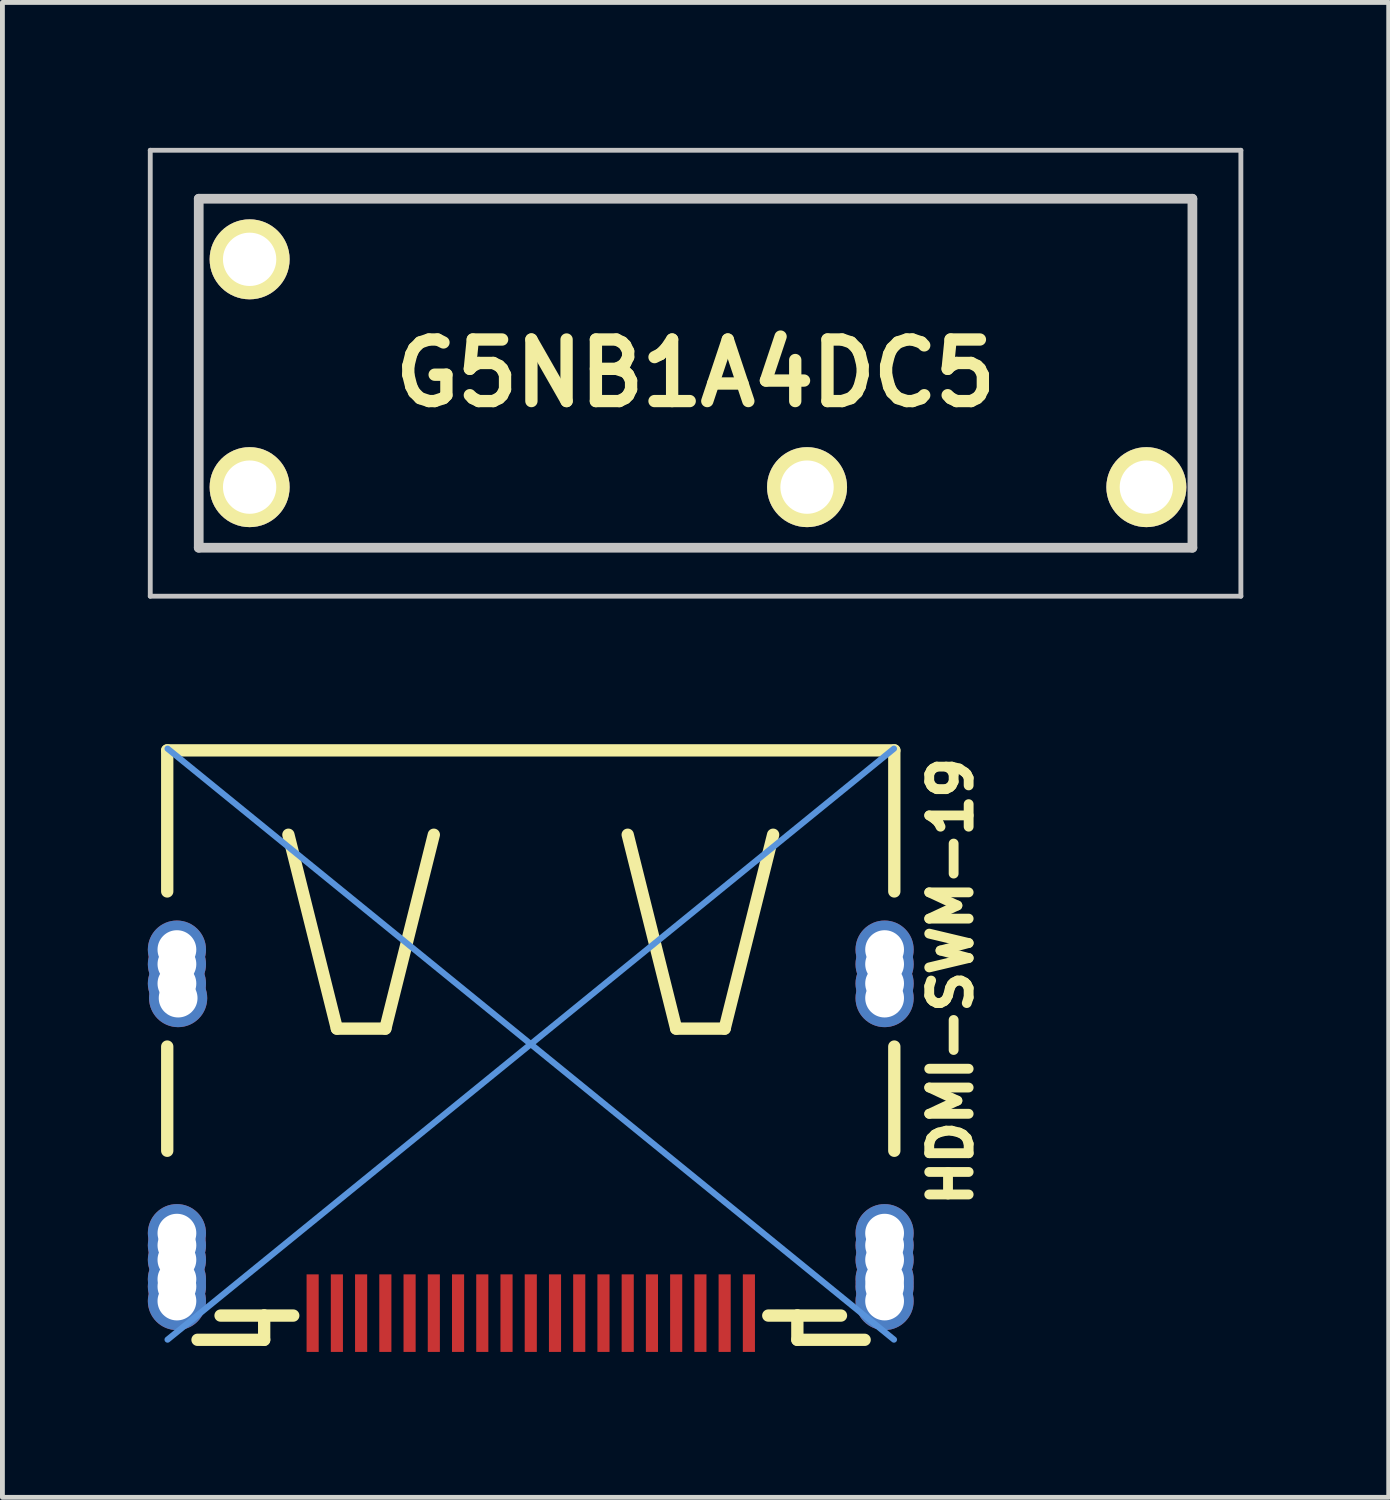
<source format=kicad_pcb>
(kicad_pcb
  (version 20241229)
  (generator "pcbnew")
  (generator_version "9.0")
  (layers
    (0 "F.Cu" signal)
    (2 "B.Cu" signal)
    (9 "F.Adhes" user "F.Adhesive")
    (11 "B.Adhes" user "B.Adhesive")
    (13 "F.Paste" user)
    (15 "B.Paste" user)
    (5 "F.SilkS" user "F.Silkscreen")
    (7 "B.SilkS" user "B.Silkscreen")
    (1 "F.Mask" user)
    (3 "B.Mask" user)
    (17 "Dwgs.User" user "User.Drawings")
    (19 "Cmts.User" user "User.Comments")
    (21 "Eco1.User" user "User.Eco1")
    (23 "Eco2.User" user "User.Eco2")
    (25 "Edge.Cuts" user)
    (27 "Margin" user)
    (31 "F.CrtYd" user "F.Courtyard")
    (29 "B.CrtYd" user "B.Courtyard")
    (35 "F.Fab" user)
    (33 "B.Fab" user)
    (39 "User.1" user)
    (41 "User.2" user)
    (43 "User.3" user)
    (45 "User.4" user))
  (footprint "HDMI-SWM-19"
    (layer "F.Cu")
    (at 7.9 18.491)
    (property "Reference" "HDMI-SWM-19" (at 9.144 3.429 90) (unlocked yes) (layer "F.SilkS") (effects (font (size 0.813 0.813) (thickness 0.203)) (justify left bottom)))
    (fp_line (start -7.5 -6.06) (end 7.5 -6.06) (stroke (width 0.254) (type solid)) (layer "F.SilkS"))
    (fp_line (start -7.5 -3.15) (end -7.5 -6.06) (stroke (width 0.254) (type solid)) (layer "F.SilkS"))
    (fp_line (start -7.5 2.2) (end -7.5 0.05) (stroke (width 0.254) (type solid)) (layer "F.SilkS"))
    (fp_line (start -6.875 6.1) (end -5.5 6.1) (stroke (width 0.254) (type solid)) (layer "F.SilkS"))
    (fp_line (start -5.5 5.6) (end -6.4 5.6) (stroke (width 0.254) (type solid)) (layer "F.SilkS"))
    (fp_line (start -5.5 6.1) (end -5.5 5.6) (stroke (width 0.254) (type solid)) (layer "F.SilkS"))
    (fp_line (start -4.9 5.6) (end -5.5 5.6) (stroke (width 0.254) (type solid)) (layer "F.SilkS"))
    (fp_line (start -4 -0.32) (end -5 -4.32) (stroke (width 0.254) (type solid)) (layer "F.SilkS"))
    (fp_line (start -3 -0.32) (end -4 -0.32) (stroke (width 0.254) (type solid)) (layer "F.SilkS"))
    (fp_line (start -2 -4.32) (end -3 -0.32) (stroke (width 0.254) (type solid)) (layer "F.SilkS"))
    (fp_line (start 2 -4.32) (end 3 -0.32) (stroke (width 0.254) (type solid)) (layer "F.SilkS"))
    (fp_line (start 3 -0.32) (end 4 -0.32) (stroke (width 0.254) (type solid)) (layer "F.SilkS"))
    (fp_line (start 4 -0.32) (end 5 -4.32) (stroke (width 0.254) (type solid)) (layer "F.SilkS"))
    (fp_line (start 5.5 5.6) (end 4.9 5.6) (stroke (width 0.254) (type solid)) (layer "F.SilkS"))
    (fp_line (start 5.5 5.6) (end 5.5 6.1) (stroke (width 0.254) (type solid)) (layer "F.SilkS"))
    (fp_line (start 5.5 6.1) (end 6.888 6.1) (stroke (width 0.254) (type solid)) (layer "F.SilkS"))
    (fp_line (start 6.4 5.6) (end 5.5 5.6) (stroke (width 0.254) (type solid)) (layer "F.SilkS"))
    (fp_line (start 7.5 -6.06) (end 7.5 -3.15) (stroke (width 0.254) (type solid)) (layer "F.SilkS"))
    (fp_line (start 7.5 0.05) (end 7.5 2.2) (stroke (width 0.254) (type solid)) (layer "F.SilkS"))
    (fp_line (start -7.493 -6.096) (end 7.493 6.096) (stroke (width 0.127) (type solid)) (layer "Cmts.User"))
    (fp_line (start 7.493 -6.096) (end -7.493 6.096) (stroke (width 0.127) (type solid)) (layer "Cmts.User"))
    (pad "1" smd rect (at -4.5 5.55 90) (size 1.6 0.25) (layers "F.Cu" "F.Mask" "F.Paste"))
    (pad "2" smd rect (at -4 5.55 90) (size 1.6 0.25) (layers "F.Cu" "F.Mask" "F.Paste"))
    (pad "3" smd rect (at -3.5 5.55 90) (size 1.6 0.25) (layers "F.Cu" "F.Mask" "F.Paste"))
    (pad "4" smd rect (at -3 5.55 90) (size 1.6 0.25) (layers "F.Cu" "F.Mask" "F.Paste"))
    (pad "5" smd rect (at -2.5 5.55 90) (size 1.6 0.25) (layers "F.Cu" "F.Mask" "F.Paste"))
    (pad "6" smd rect (at -2 5.55 90) (size 1.6 0.25) (layers "F.Cu" "F.Mask" "F.Paste"))
    (pad "7" smd rect (at -1.5 5.55 90) (size 1.6 0.25) (layers "F.Cu" "F.Mask" "F.Paste"))
    (pad "8" smd rect (at -1 5.55 90) (size 1.6 0.25) (layers "F.Cu" "F.Mask" "F.Paste"))
    (pad "9" smd rect (at -0.5 5.55 90) (size 1.6 0.25) (layers "F.Cu" "F.Mask" "F.Paste"))
    (pad "10" smd rect (at 0 5.55 90) (size 1.6 0.25) (layers "F.Cu" "F.Mask" "F.Paste"))
    (pad "11" smd rect (at 0.5 5.55 90) (size 1.6 0.25) (layers "F.Cu" "F.Mask" "F.Paste"))
    (pad "12" smd rect (at 1 5.55 90) (size 1.6 0.25) (layers "F.Cu" "F.Mask" "F.Paste"))
    (pad "13" smd rect (at 1.5 5.55 90) (size 1.6 0.25) (layers "F.Cu" "F.Mask" "F.Paste"))
    (pad "14" smd rect (at 2 5.55 90) (size 1.6 0.25) (layers "F.Cu" "F.Mask" "F.Paste"))
    (pad "15" smd rect (at 2.5 5.55 90) (size 1.6 0.25) (layers "F.Cu" "F.Mask" "F.Paste"))
    (pad "16" smd rect (at 3 5.55 90) (size 1.6 0.25) (layers "F.Cu" "F.Mask" "F.Paste"))
    (pad "17" smd rect (at 3.5 5.55 90) (size 1.6 0.25) (layers "F.Cu" "F.Mask" "F.Paste"))
    (pad "18" smd rect (at 4 5.55 90) (size 1.6 0.25) (layers "F.Cu" "F.Mask" "F.Paste"))
    (pad "19" smd rect (at 4.5 5.55 90) (size 1.6 0.25) (layers "F.Cu" "F.Mask" "F.Paste"))
    (pad "P$5" thru_hole circle (at -7.3 4.85 180) (size 1.2 1.2) (drill 0.8) (layers "*.Cu" "*.Mask"))
    (pad "P$7" thru_hole circle (at -7.3 -1.25 180) (size 1.2 1.2) (drill 0.8) (layers "*.Cu" "*.Mask"))
    (pad "P$9" thru_hole circle (at 7.3 -1.25 180) (size 1.2 1.2) (drill 0.8) (layers "*.Cu" "*.Mask"))
    (pad "P$11" thru_hole circle (at 7.3 4.85 180) (size 1.2 1.2) (drill 0.8) (layers "*.Cu" "*.Mask"))
    (pad "P$13" thru_hole circle (at -7.3 4.45 180) (size 1.2 1.2) (drill 0.8) (layers "*.Cu" "*.Mask"))
    (pad "P$15" thru_hole circle (at -7.3 -1.65 180) (size 1.2 1.2) (drill 0.8) (layers "*.Cu" "*.Mask"))
    (pad "P$18" thru_hole circle (at 7.3 -1.65 180) (size 1.2 1.2) (drill 0.8) (layers "*.Cu" "*.Mask"))
    (pad "P$20" thru_hole circle (at 7.3 4.45 180) (size 1.2 1.2) (drill 0.8) (layers "*.Cu" "*.Mask"))
    (pad "P$21" thru_hole circle (at -7.3 4.15 180) (size 1.2 1.2) (drill 0.8) (layers "*.Cu" "*.Mask"))
    (pad "P$22" thru_hole circle (at -7.3 5 180) (size 1.2 1.2) (drill 0.8) (layers "*.Cu" "*.Mask"))
    (pad "P$23" thru_hole circle (at 7.3 5 180) (size 1.2 1.2) (drill 0.8) (layers "*.Cu" "*.Mask"))
    (pad "P$24" thru_hole circle (at 7.3 4.15 180) (size 1.2 1.2) (drill 0.8) (layers "*.Cu" "*.Mask"))
    (pad "P$25" thru_hole circle (at -7.3 5.3 180) (size 1.2 1.2) (drill 0.8) (layers "*.Cu" "*.Mask"))
    (pad "P$26" thru_hole circle (at 7.3 5.3 180) (size 1.2 1.2) (drill 0.8) (layers "*.Cu" "*.Mask"))
    (pad "P$27" thru_hole circle (at 7.3 -0.95 180) (size 1.2 1.2) (drill 0.8) (layers "*.Cu" "*.Mask"))
    (pad "P$28" thru_hole circle (at -7.275 -0.95 180) (size 1.2 1.2) (drill 0.8) (layers "*.Cu" "*.Mask"))
    (pad "SH1" thru_hole circle (at -7.3 3.9 180) (size 1.2 1.2) (drill 0.8) (layers "*.Cu" "*.Mask"))
    (pad "SH2" thru_hole circle (at -7.3 -1.95 180) (size 1.2 1.2) (drill 0.8) (layers "*.Cu" "*.Mask"))
    (pad "SH3" thru_hole circle (at 7.3 -1.95 180) (size 1.2 1.2) (drill 0.8) (layers "*.Cu" "*.Mask"))
    (pad "SH4" thru_hole circle (at 7.3 3.9 180) (size 1.2 1.2) (drill 0.8) (layers "*.Cu" "*.Mask")))
  (footprint "G5NB1A4DC5"
    (layer "F.Cu")
    (at 1.05 4.65)
    (property "Reference" "G5NB1A4DC5" (at 10.25 0 0) (layer "F.SilkS") (effects (font (size 1.27 1.27) (thickness 0.254))))
    (attr through_hole)
    (fp_line (start 0 -3.6) (end 20.5 -3.6) (stroke (width 0.1) (type solid)) (layer "F.SilkS"))
    (fp_line (start 0 3.6) (end 0 -3.6) (stroke (width 0.1) (type solid)) (layer "F.SilkS"))
    (fp_line (start 20.5 -3.6) (end 20.5 3.6) (stroke (width 0.1) (type solid)) (layer "F.SilkS"))
    (fp_line (start 20.5 3.6) (end 0 3.6) (stroke (width 0.1) (type solid)) (layer "F.SilkS"))
    (fp_line (start -1 -4.6) (end 21.5 -4.6) (stroke (width 0.1) (type solid)) (layer "Dwgs.User"))
    (fp_line (start -1 4.6) (end -1 -4.6) (stroke (width 0.1) (type solid)) (layer "Dwgs.User"))
    (fp_line (start 0 -3.6) (end 20.5 -3.6) (stroke (width 0.2) (type solid)) (layer "Dwgs.User"))
    (fp_line (start 0 3.6) (end 0 -3.6) (stroke (width 0.2) (type solid)) (layer "Dwgs.User"))
    (fp_line (start 20.5 -3.6) (end 20.5 3.6) (stroke (width 0.2) (type solid)) (layer "Dwgs.User"))
    (fp_line (start 20.5 3.6) (end 0 3.6) (stroke (width 0.2) (type solid)) (layer "Dwgs.User"))
    (fp_line (start 21.5 -4.6) (end 21.5 4.6) (stroke (width 0.1) (type solid)) (layer "Dwgs.User"))
    (fp_line (start 21.5 4.6) (end -1 4.6) (stroke (width 0.1) (type solid)) (layer "Dwgs.User"))
    (pad "1" thru_hole circle (at 1.05 2.35 90) (size 1.65 1.65) (drill 1.1) (layers "*.Cu" "*.Mask" "F.SilkS"))
    (pad "2" thru_hole circle (at 12.55 2.35 90) (size 1.65 1.65) (drill 1.1) (layers "*.Cu" "*.Mask" "F.SilkS"))
    (pad "3" thru_hole circle (at 19.55 2.35 90) (size 1.65 1.65) (drill 1.1) (layers "*.Cu" "*.Mask" "F.SilkS"))
    (pad "4" thru_hole circle (at 1.05 -2.35 90) (size 1.65 1.65) (drill 1.1) (layers "*.Cu" "*.Mask" "F.SilkS")))
  (gr_rect
    (start -3 -3)
    (end 25.6 27.841)
    (stroke (width 0.1) (type default))
    (fill no)
    (layer "Edge.Cuts")))
</source>
